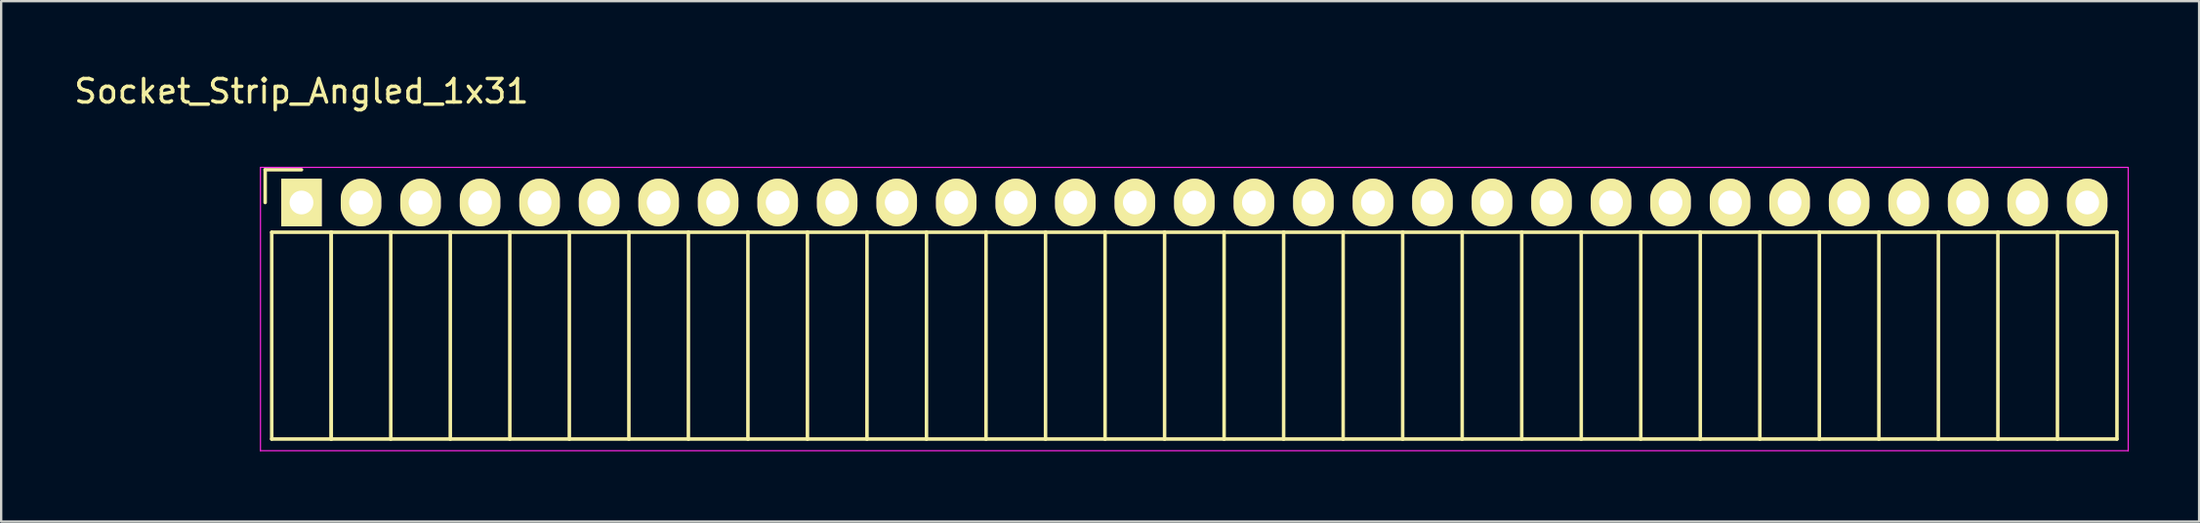
<source format=kicad_pcb>
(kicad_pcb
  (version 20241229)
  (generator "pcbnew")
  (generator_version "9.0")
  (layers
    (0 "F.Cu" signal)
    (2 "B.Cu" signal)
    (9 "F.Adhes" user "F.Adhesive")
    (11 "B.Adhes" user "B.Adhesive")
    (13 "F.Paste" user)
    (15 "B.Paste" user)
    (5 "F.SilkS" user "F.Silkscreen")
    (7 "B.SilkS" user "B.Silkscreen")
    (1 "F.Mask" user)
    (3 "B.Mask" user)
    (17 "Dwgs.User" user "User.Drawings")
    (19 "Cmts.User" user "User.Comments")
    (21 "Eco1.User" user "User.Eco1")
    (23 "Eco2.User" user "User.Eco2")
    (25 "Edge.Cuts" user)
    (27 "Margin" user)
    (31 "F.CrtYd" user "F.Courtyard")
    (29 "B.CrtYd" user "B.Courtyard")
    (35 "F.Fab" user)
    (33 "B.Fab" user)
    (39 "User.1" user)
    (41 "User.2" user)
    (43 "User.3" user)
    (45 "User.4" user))
  (footprint "Socket_Strip_Angled_1x31"
    (layer "F.Cu")
    (at 9.815 5.598)
    (property "Reference" "Socket_Strip_Angled_1x31" (at 0 -4.75 0) (layer "F.SilkS") (effects (font (size 1 1) (thickness 0.15))))
    (attr through_hole)
    (fp_line (start -1.55 -1.4) (end -1.55 0) (stroke (width 0.15) (type solid)) (layer "F.SilkS"))
    (fp_line (start -1.27 1.27) (end -1.27 10.1) (stroke (width 0.15) (type solid)) (layer "F.SilkS"))
    (fp_line (start -1.27 1.27) (end 1.27 1.27) (stroke (width 0.15) (type solid)) (layer "F.SilkS"))
    (fp_line (start -1.27 10.1) (end 1.27 10.1) (stroke (width 0.15) (type solid)) (layer "F.SilkS"))
    (fp_line (start 0 -1.4) (end -1.55 -1.4) (stroke (width 0.15) (type solid)) (layer "F.SilkS"))
    (fp_line (start 1.27 1.27) (end 1.27 10.1) (stroke (width 0.15) (type solid)) (layer "F.SilkS"))
    (fp_line (start 1.27 1.27) (end 3.81 1.27) (stroke (width 0.15) (type solid)) (layer "F.SilkS"))
    (fp_line (start 1.27 10.1) (end 1.27 1.27) (stroke (width 0.15) (type solid)) (layer "F.SilkS"))
    (fp_line (start 1.27 10.1) (end 3.81 10.1) (stroke (width 0.15) (type solid)) (layer "F.SilkS"))
    (fp_line (start 3.81 1.27) (end 6.35 1.27) (stroke (width 0.15) (type solid)) (layer "F.SilkS"))
    (fp_line (start 3.81 10.1) (end 3.81 1.27) (stroke (width 0.15) (type solid)) (layer "F.SilkS"))
    (fp_line (start 3.81 10.1) (end 6.35 10.1) (stroke (width 0.15) (type solid)) (layer "F.SilkS"))
    (fp_line (start 6.35 1.27) (end 8.89 1.27) (stroke (width 0.15) (type solid)) (layer "F.SilkS"))
    (fp_line (start 6.35 10.1) (end 6.35 1.27) (stroke (width 0.15) (type solid)) (layer "F.SilkS"))
    (fp_line (start 6.35 10.1) (end 8.89 10.1) (stroke (width 0.15) (type solid)) (layer "F.SilkS"))
    (fp_line (start 8.89 1.27) (end 11.43 1.27) (stroke (width 0.15) (type solid)) (layer "F.SilkS"))
    (fp_line (start 8.89 10.1) (end 8.89 1.27) (stroke (width 0.15) (type solid)) (layer "F.SilkS"))
    (fp_line (start 8.89 10.1) (end 11.43 10.1) (stroke (width 0.15) (type solid)) (layer "F.SilkS"))
    (fp_line (start 11.43 1.27) (end 13.97 1.27) (stroke (width 0.15) (type solid)) (layer "F.SilkS"))
    (fp_line (start 11.43 10.1) (end 11.43 1.27) (stroke (width 0.15) (type solid)) (layer "F.SilkS"))
    (fp_line (start 11.43 10.1) (end 13.97 10.1) (stroke (width 0.15) (type solid)) (layer "F.SilkS"))
    (fp_line (start 13.97 1.27) (end 16.51 1.27) (stroke (width 0.15) (type solid)) (layer "F.SilkS"))
    (fp_line (start 13.97 10.1) (end 13.97 1.27) (stroke (width 0.15) (type solid)) (layer "F.SilkS"))
    (fp_line (start 13.97 10.1) (end 16.51 10.1) (stroke (width 0.15) (type solid)) (layer "F.SilkS"))
    (fp_line (start 16.51 1.27) (end 19.05 1.27) (stroke (width 0.15) (type solid)) (layer "F.SilkS"))
    (fp_line (start 16.51 10.1) (end 16.51 1.27) (stroke (width 0.15) (type solid)) (layer "F.SilkS"))
    (fp_line (start 16.51 10.1) (end 19.05 10.1) (stroke (width 0.15) (type solid)) (layer "F.SilkS"))
    (fp_line (start 19.05 1.27) (end 21.59 1.27) (stroke (width 0.15) (type solid)) (layer "F.SilkS"))
    (fp_line (start 19.05 10.1) (end 19.05 1.27) (stroke (width 0.15) (type solid)) (layer "F.SilkS"))
    (fp_line (start 19.05 10.1) (end 21.59 10.1) (stroke (width 0.15) (type solid)) (layer "F.SilkS"))
    (fp_line (start 21.59 1.27) (end 24.13 1.27) (stroke (width 0.15) (type solid)) (layer "F.SilkS"))
    (fp_line (start 21.59 10.1) (end 21.59 1.27) (stroke (width 0.15) (type solid)) (layer "F.SilkS"))
    (fp_line (start 21.59 10.1) (end 24.13 10.1) (stroke (width 0.15) (type solid)) (layer "F.SilkS"))
    (fp_line (start 24.13 1.27) (end 26.67 1.27) (stroke (width 0.15) (type solid)) (layer "F.SilkS"))
    (fp_line (start 24.13 10.1) (end 24.13 1.27) (stroke (width 0.15) (type solid)) (layer "F.SilkS"))
    (fp_line (start 24.13 10.1) (end 26.67 10.1) (stroke (width 0.15) (type solid)) (layer "F.SilkS"))
    (fp_line (start 26.67 1.27) (end 29.21 1.27) (stroke (width 0.15) (type solid)) (layer "F.SilkS"))
    (fp_line (start 26.67 10.1) (end 26.67 1.27) (stroke (width 0.15) (type solid)) (layer "F.SilkS"))
    (fp_line (start 26.67 10.1) (end 29.21 10.1) (stroke (width 0.15) (type solid)) (layer "F.SilkS"))
    (fp_line (start 29.21 1.27) (end 31.75 1.27) (stroke (width 0.15) (type solid)) (layer "F.SilkS"))
    (fp_line (start 29.21 10.1) (end 29.21 1.27) (stroke (width 0.15) (type solid)) (layer "F.SilkS"))
    (fp_line (start 29.21 10.1) (end 31.75 10.1) (stroke (width 0.15) (type solid)) (layer "F.SilkS"))
    (fp_line (start 31.75 1.27) (end 34.29 1.27) (stroke (width 0.15) (type solid)) (layer "F.SilkS"))
    (fp_line (start 31.75 10.1) (end 31.75 1.27) (stroke (width 0.15) (type solid)) (layer "F.SilkS"))
    (fp_line (start 31.75 10.1) (end 34.29 10.1) (stroke (width 0.15) (type solid)) (layer "F.SilkS"))
    (fp_line (start 34.29 1.27) (end 36.83 1.27) (stroke (width 0.15) (type solid)) (layer "F.SilkS"))
    (fp_line (start 34.29 10.1) (end 34.29 1.27) (stroke (width 0.15) (type solid)) (layer "F.SilkS"))
    (fp_line (start 34.29 10.1) (end 36.83 10.1) (stroke (width 0.15) (type solid)) (layer "F.SilkS"))
    (fp_line (start 36.83 1.27) (end 39.37 1.27) (stroke (width 0.15) (type solid)) (layer "F.SilkS"))
    (fp_line (start 36.83 10.1) (end 36.83 1.27) (stroke (width 0.15) (type solid)) (layer "F.SilkS"))
    (fp_line (start 36.83 10.1) (end 39.37 10.1) (stroke (width 0.15) (type solid)) (layer "F.SilkS"))
    (fp_line (start 39.37 1.27) (end 41.91 1.27) (stroke (width 0.15) (type solid)) (layer "F.SilkS"))
    (fp_line (start 39.37 10.1) (end 39.37 1.27) (stroke (width 0.15) (type solid)) (layer "F.SilkS"))
    (fp_line (start 39.37 10.1) (end 41.91 10.1) (stroke (width 0.15) (type solid)) (layer "F.SilkS"))
    (fp_line (start 41.91 1.27) (end 44.45 1.27) (stroke (width 0.15) (type solid)) (layer "F.SilkS"))
    (fp_line (start 41.91 10.1) (end 41.91 1.27) (stroke (width 0.15) (type solid)) (layer "F.SilkS"))
    (fp_line (start 41.91 10.1) (end 44.45 10.1) (stroke (width 0.15) (type solid)) (layer "F.SilkS"))
    (fp_line (start 44.45 1.27) (end 46.99 1.27) (stroke (width 0.15) (type solid)) (layer "F.SilkS"))
    (fp_line (start 44.45 10.1) (end 44.45 1.27) (stroke (width 0.15) (type solid)) (layer "F.SilkS"))
    (fp_line (start 44.45 10.1) (end 46.99 10.1) (stroke (width 0.15) (type solid)) (layer "F.SilkS"))
    (fp_line (start 46.99 1.27) (end 49.53 1.27) (stroke (width 0.15) (type solid)) (layer "F.SilkS"))
    (fp_line (start 46.99 10.1) (end 46.99 1.27) (stroke (width 0.15) (type solid)) (layer "F.SilkS"))
    (fp_line (start 46.99 10.1) (end 49.53 10.1) (stroke (width 0.15) (type solid)) (layer "F.SilkS"))
    (fp_line (start 49.53 1.27) (end 52.07 1.27) (stroke (width 0.15) (type solid)) (layer "F.SilkS"))
    (fp_line (start 49.53 10.1) (end 49.53 1.27) (stroke (width 0.15) (type solid)) (layer "F.SilkS"))
    (fp_line (start 49.53 10.1) (end 52.07 10.1) (stroke (width 0.15) (type solid)) (layer "F.SilkS"))
    (fp_line (start 52.07 1.27) (end 54.61 1.27) (stroke (width 0.15) (type solid)) (layer "F.SilkS"))
    (fp_line (start 52.07 10.1) (end 52.07 1.27) (stroke (width 0.15) (type solid)) (layer "F.SilkS"))
    (fp_line (start 52.07 10.1) (end 54.61 10.1) (stroke (width 0.15) (type solid)) (layer "F.SilkS"))
    (fp_line (start 54.61 1.27) (end 57.15 1.27) (stroke (width 0.15) (type solid)) (layer "F.SilkS"))
    (fp_line (start 54.61 10.1) (end 54.61 1.27) (stroke (width 0.15) (type solid)) (layer "F.SilkS"))
    (fp_line (start 54.61 10.1) (end 57.15 10.1) (stroke (width 0.15) (type solid)) (layer "F.SilkS"))
    (fp_line (start 57.15 1.27) (end 59.69 1.27) (stroke (width 0.15) (type solid)) (layer "F.SilkS"))
    (fp_line (start 57.15 10.1) (end 57.15 1.27) (stroke (width 0.15) (type solid)) (layer "F.SilkS"))
    (fp_line (start 57.15 10.1) (end 59.69 10.1) (stroke (width 0.15) (type solid)) (layer "F.SilkS"))
    (fp_line (start 59.69 1.27) (end 62.23 1.27) (stroke (width 0.15) (type solid)) (layer "F.SilkS"))
    (fp_line (start 59.69 10.1) (end 59.69 1.27) (stroke (width 0.15) (type solid)) (layer "F.SilkS"))
    (fp_line (start 59.69 10.1) (end 62.23 10.1) (stroke (width 0.15) (type solid)) (layer "F.SilkS"))
    (fp_line (start 62.23 1.27) (end 64.77 1.27) (stroke (width 0.15) (type solid)) (layer "F.SilkS"))
    (fp_line (start 62.23 10.1) (end 62.23 1.27) (stroke (width 0.15) (type solid)) (layer "F.SilkS"))
    (fp_line (start 62.23 10.1) (end 64.77 10.1) (stroke (width 0.15) (type solid)) (layer "F.SilkS"))
    (fp_line (start 64.77 1.27) (end 67.31 1.27) (stroke (width 0.15) (type solid)) (layer "F.SilkS"))
    (fp_line (start 64.77 10.1) (end 64.77 1.27) (stroke (width 0.15) (type solid)) (layer "F.SilkS"))
    (fp_line (start 64.77 10.1) (end 67.31 10.1) (stroke (width 0.15) (type solid)) (layer "F.SilkS"))
    (fp_line (start 67.31 1.27) (end 69.85 1.27) (stroke (width 0.15) (type solid)) (layer "F.SilkS"))
    (fp_line (start 67.31 10.1) (end 67.31 1.27) (stroke (width 0.15) (type solid)) (layer "F.SilkS"))
    (fp_line (start 67.31 10.1) (end 69.85 10.1) (stroke (width 0.15) (type solid)) (layer "F.SilkS"))
    (fp_line (start 69.85 1.27) (end 72.39 1.27) (stroke (width 0.15) (type solid)) (layer "F.SilkS"))
    (fp_line (start 69.85 10.1) (end 69.85 1.27) (stroke (width 0.15) (type solid)) (layer "F.SilkS"))
    (fp_line (start 69.85 10.1) (end 72.39 10.1) (stroke (width 0.15) (type solid)) (layer "F.SilkS"))
    (fp_line (start 72.39 1.27) (end 74.93 1.27) (stroke (width 0.15) (type solid)) (layer "F.SilkS"))
    (fp_line (start 72.39 10.1) (end 72.39 1.27) (stroke (width 0.15) (type solid)) (layer "F.SilkS"))
    (fp_line (start 72.39 10.1) (end 74.93 10.1) (stroke (width 0.15) (type solid)) (layer "F.SilkS"))
    (fp_line (start 74.93 1.27) (end 77.47 1.27) (stroke (width 0.15) (type solid)) (layer "F.SilkS"))
    (fp_line (start 74.93 10.1) (end 74.93 1.27) (stroke (width 0.15) (type solid)) (layer "F.SilkS"))
    (fp_line (start 74.93 10.1) (end 77.47 10.1) (stroke (width 0.15) (type solid)) (layer "F.SilkS"))
    (fp_line (start 77.47 10.1) (end 77.47 1.27) (stroke (width 0.15) (type solid)) (layer "F.SilkS"))
    (fp_line (start -1.75 -1.5) (end -1.75 10.6) (stroke (width 0.05) (type solid)) (layer "F.CrtYd"))
    (fp_line (start -1.75 -1.5) (end 77.95 -1.5) (stroke (width 0.05) (type solid)) (layer "F.CrtYd"))
    (fp_line (start -1.75 10.6) (end 77.95 10.6) (stroke (width 0.05) (type solid)) (layer "F.CrtYd"))
    (fp_line (start 77.95 -1.5) (end 77.95 10.6) (stroke (width 0.05) (type solid)) (layer "F.CrtYd"))
    (pad "1" thru_hole rect (at 0 0) (size 1.727 2.032) (drill 1.016) (layers "*.Cu" "*.Mask" "F.SilkS"))
    (pad "2" thru_hole oval (at 2.54 0) (size 1.727 2.032) (drill 1.016) (layers "*.Cu" "*.Mask" "F.SilkS"))
    (pad "3" thru_hole oval (at 5.08 0) (size 1.727 2.032) (drill 1.016) (layers "*.Cu" "*.Mask" "F.SilkS"))
    (pad "4" thru_hole oval (at 7.62 0) (size 1.727 2.032) (drill 1.016) (layers "*.Cu" "*.Mask" "F.SilkS"))
    (pad "5" thru_hole oval (at 10.16 0) (size 1.727 2.032) (drill 1.016) (layers "*.Cu" "*.Mask" "F.SilkS"))
    (pad "6" thru_hole oval (at 12.7 0) (size 1.727 2.032) (drill 1.016) (layers "*.Cu" "*.Mask" "F.SilkS"))
    (pad "7" thru_hole oval (at 15.24 0) (size 1.727 2.032) (drill 1.016) (layers "*.Cu" "*.Mask" "F.SilkS"))
    (pad "8" thru_hole oval (at 17.78 0) (size 1.727 2.032) (drill 1.016) (layers "*.Cu" "*.Mask" "F.SilkS"))
    (pad "9" thru_hole oval (at 20.32 0) (size 1.727 2.032) (drill 1.016) (layers "*.Cu" "*.Mask" "F.SilkS"))
    (pad "10" thru_hole oval (at 22.86 0) (size 1.727 2.032) (drill 1.016) (layers "*.Cu" "*.Mask" "F.SilkS"))
    (pad "11" thru_hole oval (at 25.4 0) (size 1.727 2.032) (drill 1.016) (layers "*.Cu" "*.Mask" "F.SilkS"))
    (pad "12" thru_hole oval (at 27.94 0) (size 1.727 2.032) (drill 1.016) (layers "*.Cu" "*.Mask" "F.SilkS"))
    (pad "13" thru_hole oval (at 30.48 0) (size 1.727 2.032) (drill 1.016) (layers "*.Cu" "*.Mask" "F.SilkS"))
    (pad "14" thru_hole oval (at 33.02 0) (size 1.727 2.032) (drill 1.016) (layers "*.Cu" "*.Mask" "F.SilkS"))
    (pad "15" thru_hole oval (at 35.56 0) (size 1.727 2.032) (drill 1.016) (layers "*.Cu" "*.Mask" "F.SilkS"))
    (pad "16" thru_hole oval (at 38.1 0) (size 1.727 2.032) (drill 1.016) (layers "*.Cu" "*.Mask" "F.SilkS"))
    (pad "17" thru_hole oval (at 40.64 0) (size 1.727 2.032) (drill 1.016) (layers "*.Cu" "*.Mask" "F.SilkS"))
    (pad "18" thru_hole oval (at 43.18 0) (size 1.727 2.032) (drill 1.016) (layers "*.Cu" "*.Mask" "F.SilkS"))
    (pad "19" thru_hole oval (at 45.72 0) (size 1.727 2.032) (drill 1.016) (layers "*.Cu" "*.Mask" "F.SilkS"))
    (pad "20" thru_hole oval (at 48.26 0) (size 1.727 2.032) (drill 1.016) (layers "*.Cu" "*.Mask" "F.SilkS"))
    (pad "21" thru_hole oval (at 50.8 0) (size 1.727 2.032) (drill 1.016) (layers "*.Cu" "*.Mask" "F.SilkS"))
    (pad "22" thru_hole oval (at 53.34 0) (size 1.727 2.032) (drill 1.016) (layers "*.Cu" "*.Mask" "F.SilkS"))
    (pad "23" thru_hole oval (at 55.88 0) (size 1.727 2.032) (drill 1.016) (layers "*.Cu" "*.Mask" "F.SilkS"))
    (pad "24" thru_hole oval (at 58.42 0) (size 1.727 2.032) (drill 1.016) (layers "*.Cu" "*.Mask" "F.SilkS"))
    (pad "25" thru_hole oval (at 60.96 0) (size 1.727 2.032) (drill 1.016) (layers "*.Cu" "*.Mask" "F.SilkS"))
    (pad "26" thru_hole oval (at 63.5 0) (size 1.727 2.032) (drill 1.016) (layers "*.Cu" "*.Mask" "F.SilkS"))
    (pad "27" thru_hole oval (at 66.04 0) (size 1.727 2.032) (drill 1.016) (layers "*.Cu" "*.Mask" "F.SilkS"))
    (pad "28" thru_hole oval (at 68.58 0) (size 1.727 2.032) (drill 1.016) (layers "*.Cu" "*.Mask" "F.SilkS"))
    (pad "29" thru_hole oval (at 71.12 0) (size 1.727 2.032) (drill 1.016) (layers "*.Cu" "*.Mask" "F.SilkS"))
    (pad "30" thru_hole oval (at 73.66 0) (size 1.727 2.032) (drill 1.016) (layers "*.Cu" "*.Mask" "F.SilkS"))
    (pad "31" thru_hole oval (at 76.2 0) (size 1.727 2.032) (drill 1.016) (layers "*.Cu" "*.Mask" "F.SilkS")))
  (gr_rect
    (start -3 -3)
    (end 90.79 19.223)
    (stroke (width 0.1) (type default))
    (fill no)
    (layer "Edge.Cuts")))
</source>
